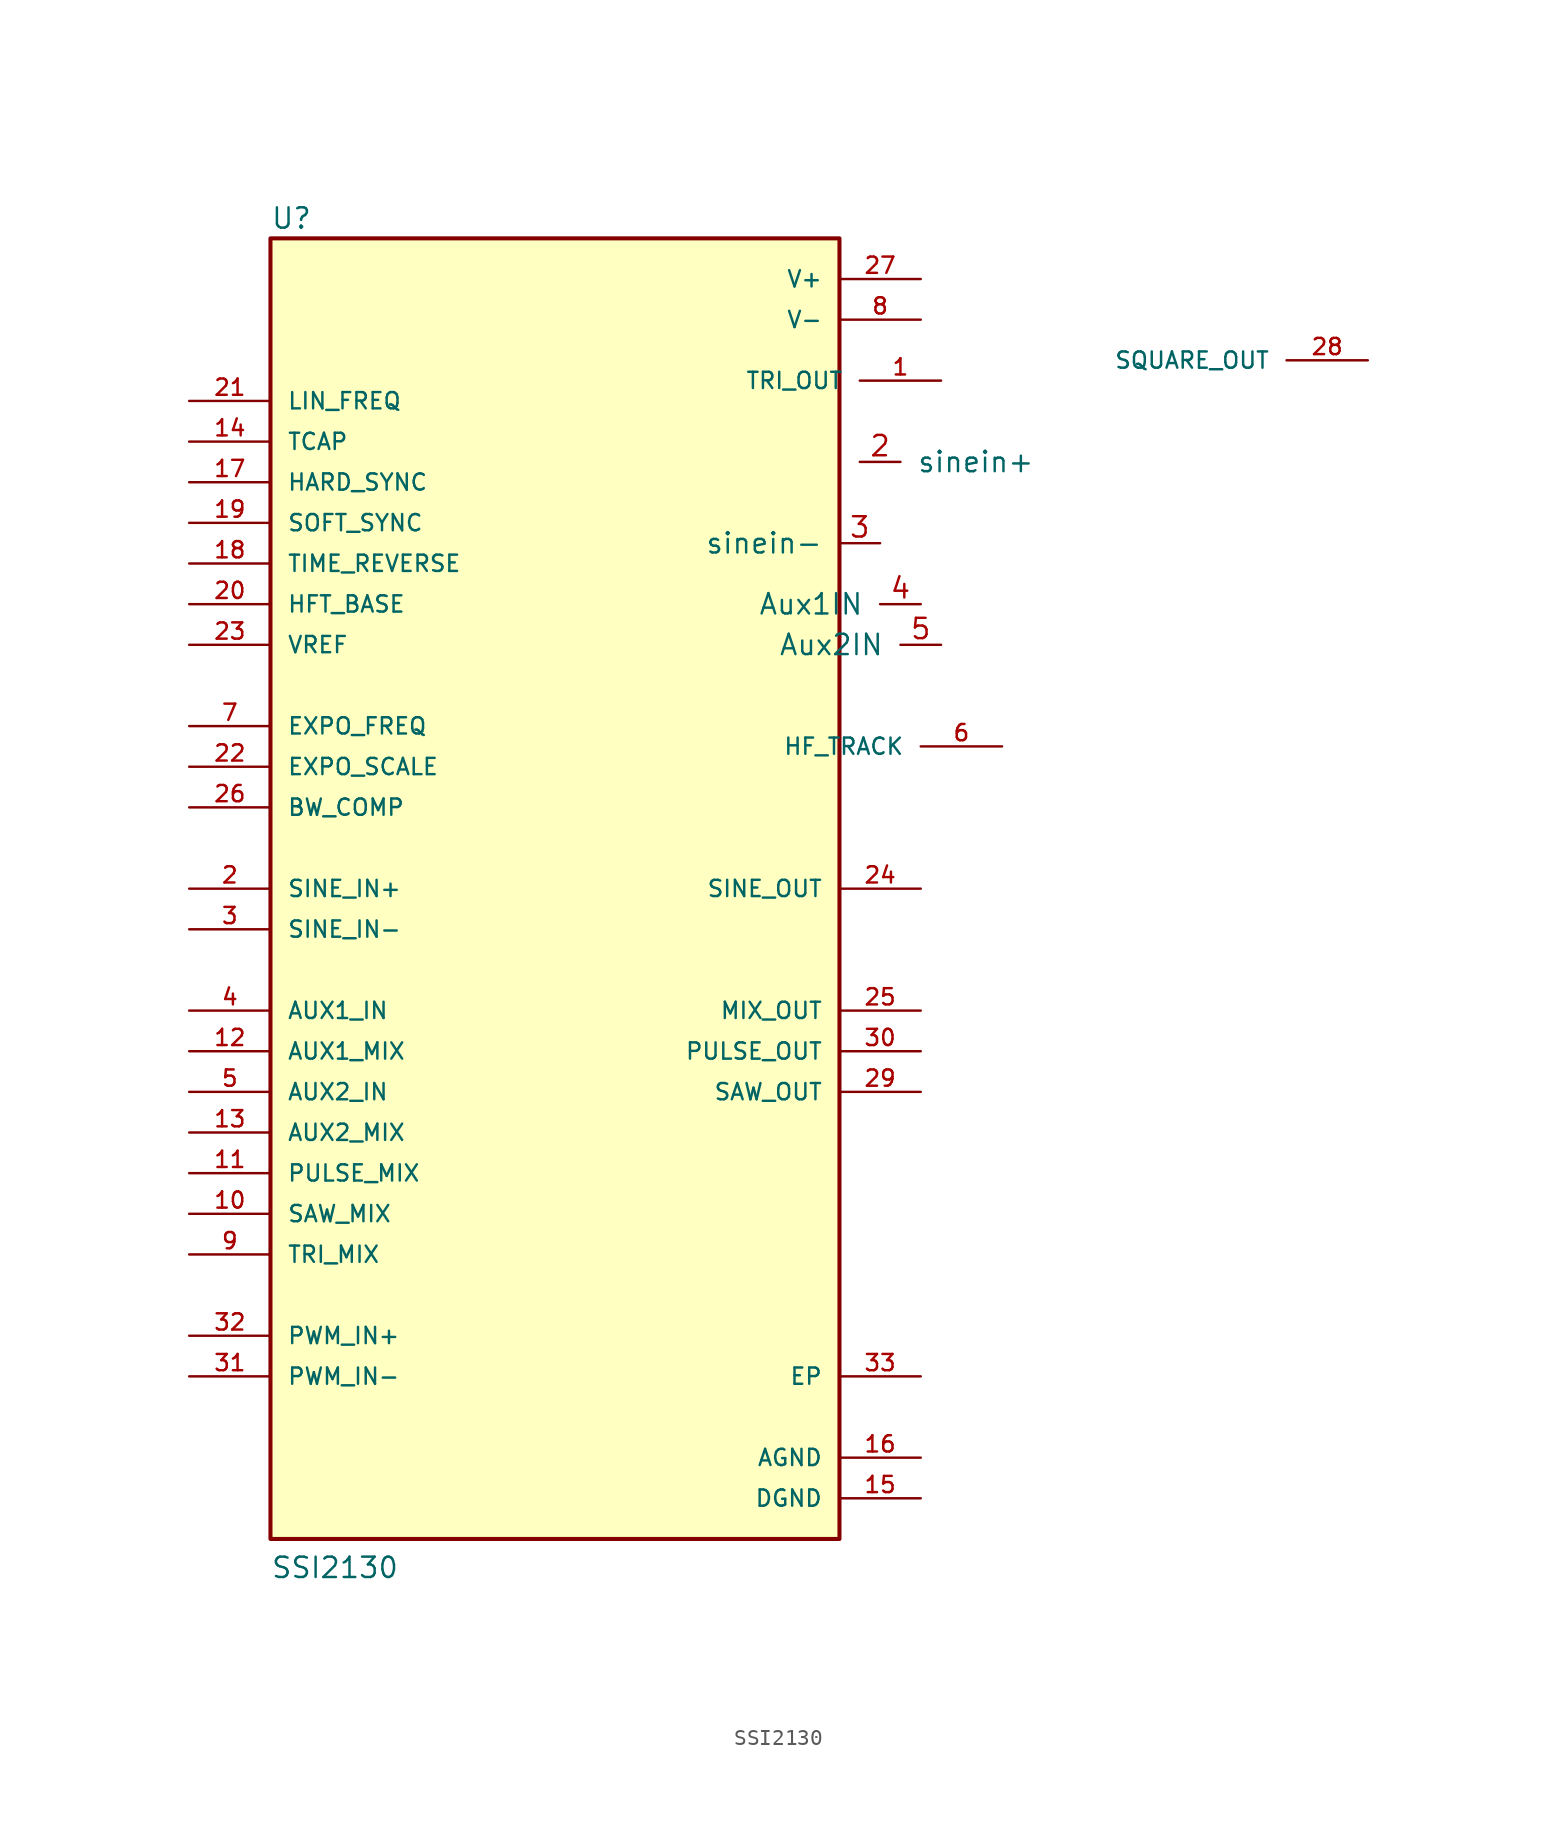
<source format=kicad_sym>
(kicad_symbol_lib
  (version 20231120)
  (generator "kicad_symbol_editor")
  (generator_version "8.0")
  (symbol "SSI2130"
    (pin_names
      (offset 1.016))
    (property "Reference" "U"
      (at -17.78 41.148 0)
      (effects (font (size 1.27 1.27)) (justify left bottom)))
    (property "Value" "SSI2130"
      (at -17.78 -43.18 0)
      (effects (font (size 1.27 1.27)) (justify left bottom)))
    (symbol "SSI2130_0_0"
      (rectangle (start -17.78 -40.64) (end 17.78 40.64) (stroke (width 0.254) (type default)) (fill (type background)))
      (pin output line (at 24.13 31.75 180) (length 5.08) (name "TRI_OUT" (effects (font (size 1.016 1.016)))) (number "1" (effects (font (size 1.016 1.016)))))
      (pin input line (at -22.86 -20.32 0) (length 5.08) (name "SAW_MIX" (effects (font (size 1.016 1.016)))) (number "10" (effects (font (size 1.016 1.016)))))
      (pin input line (at -22.86 -17.78 0) (length 5.08) (name "PULSE_MIX" (effects (font (size 1.016 1.016)))) (number "11" (effects (font (size 1.016 1.016)))))
      (pin input line (at -22.86 -10.16 0) (length 5.08) (name "AUX1_MIX" (effects (font (size 1.016 1.016)))) (number "12" (effects (font (size 1.016 1.016)))))
      (pin input line (at -22.86 -15.24 0) (length 5.08) (name "AUX2_MIX" (effects (font (size 1.016 1.016)))) (number "13" (effects (font (size 1.016 1.016)))))
      (pin input line (at -22.86 27.94 0) (length 5.08) (name "TCAP" (effects (font (size 1.016 1.016)))) (number "14" (effects (font (size 1.016 1.016)))))
      (pin power_in line (at 22.86 -38.1 180) (length 5.08) (name "DGND" (effects (font (size 1.016 1.016)))) (number "15" (effects (font (size 1.016 1.016)))))
      (pin power_in line (at 22.86 -35.56 180) (length 5.08) (name "AGND" (effects (font (size 1.016 1.016)))) (number "16" (effects (font (size 1.016 1.016)))))
      (pin input line (at -22.86 25.4 0) (length 5.08) (name "HARD_SYNC" (effects (font (size 1.016 1.016)))) (number "17" (effects (font (size 1.016 1.016)))))
      (pin input line (at -22.86 20.32 0) (length 5.08) (name "TIME_REVERSE" (effects (font (size 1.016 1.016)))) (number "18" (effects (font (size 1.016 1.016)))))
      (pin input line (at -22.86 22.86 0) (length 5.08) (name "SOFT_SYNC" (effects (font (size 1.016 1.016)))) (number "19" (effects (font (size 1.016 1.016)))))
      (pin input line (at -22.86 0 0) (length 5.08) (name "SINE_IN+" (effects (font (size 1.016 1.016)))) (number "2" (effects (font (size 1.016 1.016)))))
      (pin input line (at -22.86 17.78 0) (length 5.08) (name "HFT_BASE" (effects (font (size 1.016 1.016)))) (number "20" (effects (font (size 1.016 1.016)))))
      (pin input line (at -22.86 30.48 0) (length 5.08) (name "LIN_FREQ" (effects (font (size 1.016 1.016)))) (number "21" (effects (font (size 1.016 1.016)))))
      (pin input line (at -22.86 7.62 0) (length 5.08) (name "EXPO_SCALE" (effects (font (size 1.016 1.016)))) (number "22" (effects (font (size 1.016 1.016)))))
      (pin input line (at -22.86 15.24 0) (length 5.08) (name "VREF" (effects (font (size 1.016 1.016)))) (number "23" (effects (font (size 1.016 1.016)))))
      (pin output line (at 22.86 0 180) (length 5.08) (name "SINE_OUT" (effects (font (size 1.016 1.016)))) (number "24" (effects (font (size 1.016 1.016)))))
      (pin output line (at 22.86 -7.62 180) (length 5.08) (name "MIX_OUT" (effects (font (size 1.016 1.016)))) (number "25" (effects (font (size 1.016 1.016)))))
      (pin input line (at -22.86 5.08 0) (length 5.08) (name "BW_COMP" (effects (font (size 1.016 1.016)))) (number "26" (effects (font (size 1.016 1.016)))))
      (pin power_in line (at 22.86 38.1 180) (length 5.08) (name "V+" (effects (font (size 1.016 1.016)))) (number "27" (effects (font (size 1.016 1.016)))))
      (pin output line (at 50.8 33.02 180) (length 5.08) (name "SQUARE_OUT" (effects (font (size 1.016 1.016)))) (number "28" (effects (font (size 1.016 1.016)))))
      (pin output line (at 22.86 -12.7 180) (length 5.08) (name "SAW_OUT" (effects (font (size 1.016 1.016)))) (number "29" (effects (font (size 1.016 1.016)))))
      (pin input line (at -22.86 -2.54 0) (length 5.08) (name "SINE_IN-" (effects (font (size 1.016 1.016)))) (number "3" (effects (font (size 1.016 1.016)))))
      (pin output line (at 22.86 -10.16 180) (length 5.08) (name "PULSE_OUT" (effects (font (size 1.016 1.016)))) (number "30" (effects (font (size 1.016 1.016)))))
      (pin input line (at -22.86 -30.48 0) (length 5.08) (name "PWM_IN-" (effects (font (size 1.016 1.016)))) (number "31" (effects (font (size 1.016 1.016)))))
      (pin input line (at -22.86 -27.94 0) (length 5.08) (name "PWM_IN+" (effects (font (size 1.016 1.016)))) (number "32" (effects (font (size 1.016 1.016)))))
      (pin passive line (at 22.86 -30.48 180) (length 5.08) (name "EP" (effects (font (size 1.016 1.016)))) (number "33" (effects (font (size 1.016 1.016)))))
      (pin input line (at -22.86 -7.62 0) (length 5.08) (name "AUX1_IN" (effects (font (size 1.016 1.016)))) (number "4" (effects (font (size 1.016 1.016)))))
      (pin input line (at -22.86 -12.7 0) (length 5.08) (name "AUX2_IN" (effects (font (size 1.016 1.016)))) (number "5" (effects (font (size 1.016 1.016)))))
      (pin input line (at -22.86 10.16 0) (length 5.08) (name "EXPO_FREQ" (effects (font (size 1.016 1.016)))) (number "7" (effects (font (size 1.016 1.016)))))
      (pin power_in line (at 22.86 35.56 180) (length 5.08) (name "V-" (effects (font (size 1.016 1.016)))) (number "8" (effects (font (size 1.016 1.016)))))
      (pin input line (at -22.86 -22.86 0) (length 5.08) (name "TRI_MIX" (effects (font (size 1.016 1.016)))) (number "9" (effects (font (size 1.016 1.016))))))
    (symbol "SSI2130_1_0"
      (pin input line (at 27.94 8.89 180) (length 5.08) (name "HF_TRACK" (effects (font (size 1.016 1.016)))) (number "6" (effects (font (size 1.016 1.016))))))
    (symbol "SSI2130_1_1"
      (pin input line (at 19.05 26.67 0) (length 2.54) (name "sinein+" (effects (font (size 1.27 1.27)))) (number "2" (effects (font (size 1.27 1.27)))))
      (pin input line (at 20.32 21.59 180) (length 2.54) (name "sinein-" (effects (font (size 1.27 1.27)))) (number "3" (effects (font (size 1.27 1.27)))))
      (pin input line (at 22.86 17.78 180) (length 2.54) (name "Aux1IN" (effects (font (size 1.27 1.27)))) (number "4" (effects (font (size 1.27 1.27)))))
      (pin input line (at 24.13 15.24 180) (length 2.54) (name "Aux2IN" (effects (font (size 1.27 1.27)))) (number "5" (effects (font (size 1.27 1.27))))))))
</source>
